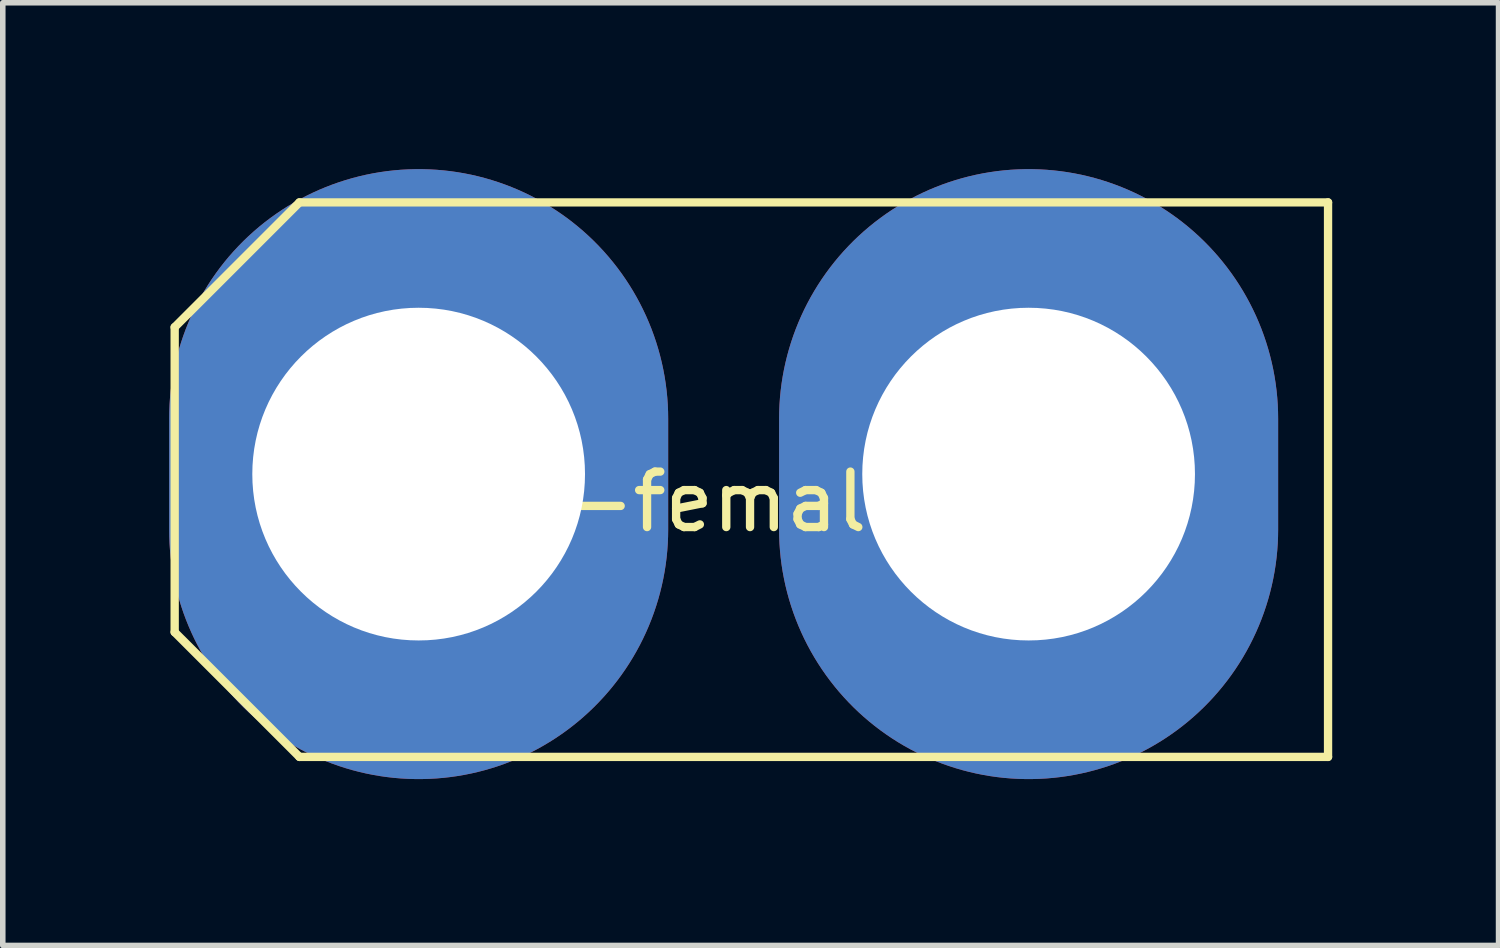
<source format=kicad_pcb>
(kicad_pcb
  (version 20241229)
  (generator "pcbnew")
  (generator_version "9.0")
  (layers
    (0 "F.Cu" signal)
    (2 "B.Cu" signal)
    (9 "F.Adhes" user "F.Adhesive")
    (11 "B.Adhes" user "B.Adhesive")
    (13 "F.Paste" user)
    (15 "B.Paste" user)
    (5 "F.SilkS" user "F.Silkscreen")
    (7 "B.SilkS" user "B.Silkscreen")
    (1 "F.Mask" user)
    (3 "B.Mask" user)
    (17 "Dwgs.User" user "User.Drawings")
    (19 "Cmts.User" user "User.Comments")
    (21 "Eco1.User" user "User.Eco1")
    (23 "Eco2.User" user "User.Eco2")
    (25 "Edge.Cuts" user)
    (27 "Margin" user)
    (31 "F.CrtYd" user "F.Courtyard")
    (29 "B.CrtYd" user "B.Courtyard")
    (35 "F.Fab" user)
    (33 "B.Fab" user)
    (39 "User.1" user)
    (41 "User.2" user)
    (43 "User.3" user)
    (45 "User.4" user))
  (footprint "XT90-female-TH"
    (layer "F.Cu")
    (at 10 5.5)
    (property "Reference" "XT90-female-TH" (at 0 0.5 0) (layer "F.SilkS") (effects (font (size 1 1) (thickness 0.15))))
    (attr through_hole)
    (fp_line (start -9.9 -2.65) (end -9.9 2.85) (stroke (width 0.15) (type solid)) (layer "F.SilkS"))
    (fp_line (start -9.9 2.85) (end -7.65 5.1) (stroke (width 0.15) (type solid)) (layer "F.SilkS"))
    (fp_line (start -7.65 -4.9) (end -9.9 -2.65) (stroke (width 0.15) (type solid)) (layer "F.SilkS"))
    (fp_line (start -7.65 5.1) (end 10.9 5.1) (stroke (width 0.15) (type solid)) (layer "F.SilkS"))
    (fp_line (start 10.9 -4.9) (end -7.65 -4.9) (stroke (width 0.15) (type solid)) (layer "F.SilkS"))
    (fp_line (start 10.9 5.1) (end 10.9 -4.9) (stroke (width 0.15) (type solid)) (layer "F.SilkS"))
    (pad "1" thru_hole oval (at -5.5 0) (size 9 11) (drill 6) (layers "*.Cu" "*.Mask"))
    (pad "2" thru_hole oval (at 5.5 0) (size 9 11) (drill 6) (layers "*.Cu" "*.Mask")))
  (gr_rect
    (start -3 -3)
    (end 23.975 14)
    (stroke (width 0.1) (type default))
    (fill no)
    (layer "Edge.Cuts")))
</source>
